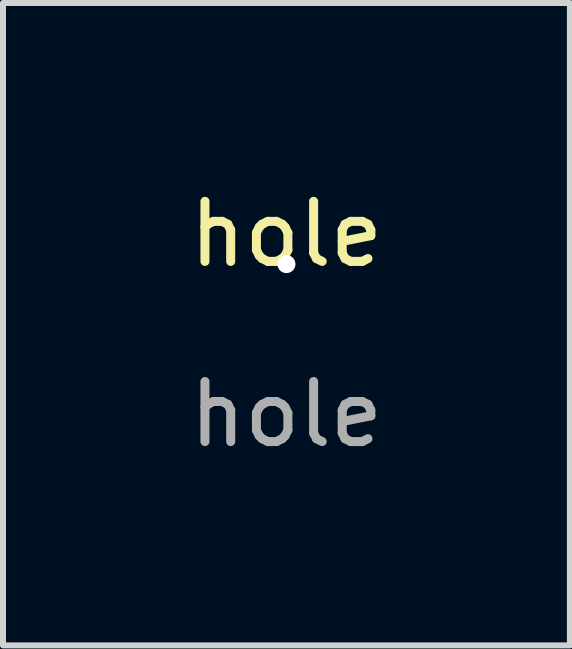
<source format=kicad_pcb>
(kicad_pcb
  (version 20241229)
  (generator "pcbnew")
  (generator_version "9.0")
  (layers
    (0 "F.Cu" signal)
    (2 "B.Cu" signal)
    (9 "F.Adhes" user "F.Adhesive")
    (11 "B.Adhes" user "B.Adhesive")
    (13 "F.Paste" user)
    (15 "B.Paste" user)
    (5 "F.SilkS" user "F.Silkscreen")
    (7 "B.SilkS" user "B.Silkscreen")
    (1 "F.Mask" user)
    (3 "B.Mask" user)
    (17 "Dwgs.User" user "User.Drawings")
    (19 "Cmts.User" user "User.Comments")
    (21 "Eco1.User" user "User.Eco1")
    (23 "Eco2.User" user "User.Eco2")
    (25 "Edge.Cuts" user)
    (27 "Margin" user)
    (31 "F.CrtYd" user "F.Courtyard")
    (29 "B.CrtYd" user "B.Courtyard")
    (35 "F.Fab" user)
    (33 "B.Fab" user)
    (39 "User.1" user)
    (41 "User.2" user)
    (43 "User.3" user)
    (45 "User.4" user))
  (footprint "hole"
    (layer "F.Cu")
    (at 1.72 1.348)
    (property "Reference" "hole" (at 0 -0.5 0) (unlocked yes) (layer "F.SilkS") (effects (font (size 1 1) (thickness 0.15))))
    (attr through_hole)
    (fp_text user "${REFERENCE}" (at 0 2.5 0) (unlocked yes) (layer "F.Fab") (effects (font (size 1 1) (thickness 0.15))))
    (pad "" np_thru_hole circle (at 0 0) (size 0.3 0.3) (drill 0.8) (layers "*.Cu" "*.Mask")))
  (gr_rect
    (start -3 -3)
    (end 6.44 7.697)
    (stroke (width 0.1) (type default))
    (fill no)
    (layer "Edge.Cuts")))
</source>
